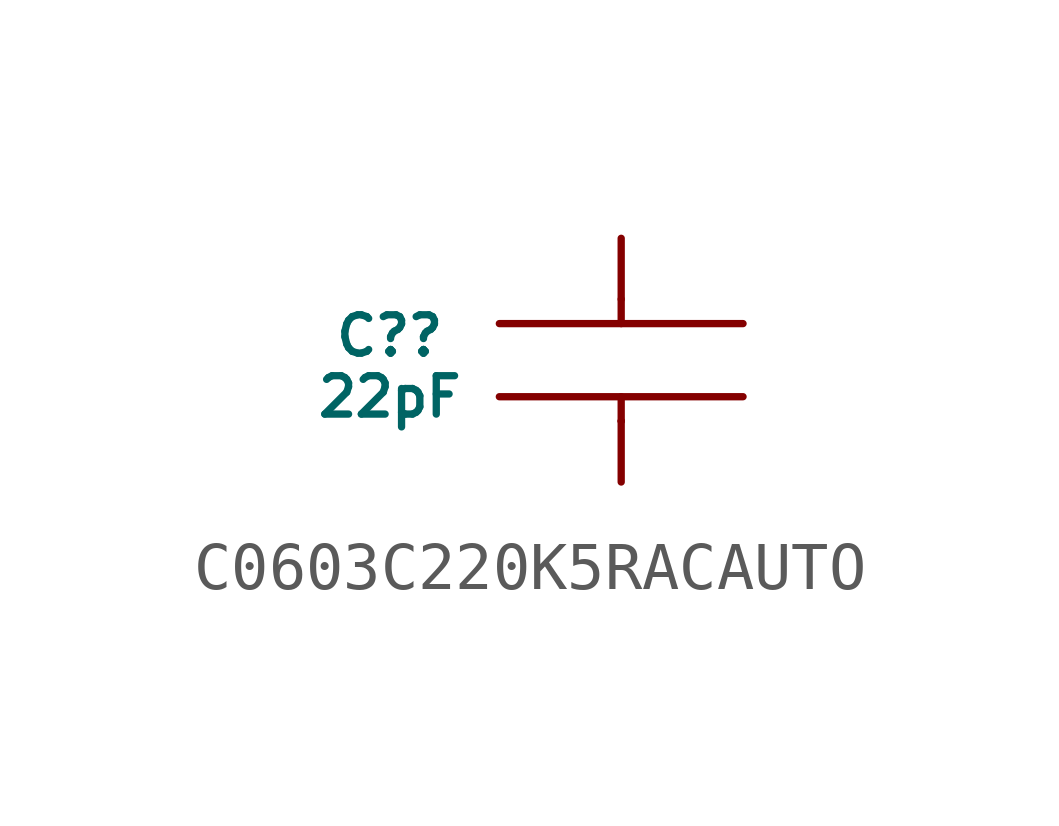
<source format=kicad_sym>
(kicad_symbol_lib
  (version 20231120)
  (generator "kicad_symbol_editor")
  (generator_version "8.0")
  (symbol "C0603C220K5RACAUTO"
    (pin_numbers hide)
    (pin_names hide)
    (property "Reference" "C?"
      (at -4.826 0.508 0)
      (do_not_autoplace)
      (effects (font (size 0.8 0.8))))
    (property "Value" "22pF"
      (at -4.826 -0.762 0)
      (do_not_autoplace)
      (effects (font (size 0.8 0.8))))
    (symbol "C0603C220K5RACAUTO_0_1"
      (polyline (pts (xy 0 -1.27) (xy 0 -1.27)) (stroke (width 0) (type default)) (fill (type none)))
      (polyline (pts (xy 0 -1.27) (xy 0 -0.762)) (stroke (width 0) (type default)) (fill (type none)))
      (polyline (pts (xy 0 0.762) (xy 0 1.27)) (stroke (width 0) (type default)) (fill (type none))))
    (symbol "C0603C220K5RACAUTO_1_0"
      (pin passive line (at 0 -2.54 90) (length 1.27) (name "" (effects (font (size 0.8 0.8)))) (number "1" (effects (font (size 0.8 0.8)))))
      (pin passive line (at 0 2.54 270) (length 1.27) (name "" (effects (font (size 0.8 0.8)))) (number "2" (effects (font (size 0.8 0.8))))))
    (symbol "C0603C220K5RACAUTO_1_1"
      (polyline (pts (xy -2.54 -0.762) (xy 2.54 -0.762)) (stroke (width 0) (type solid)) (fill (type none)))
      (polyline (pts (xy -2.54 0.762) (xy 2.54 0.762)) (stroke (width 0) (type solid)) (fill (type none))))))
</source>
